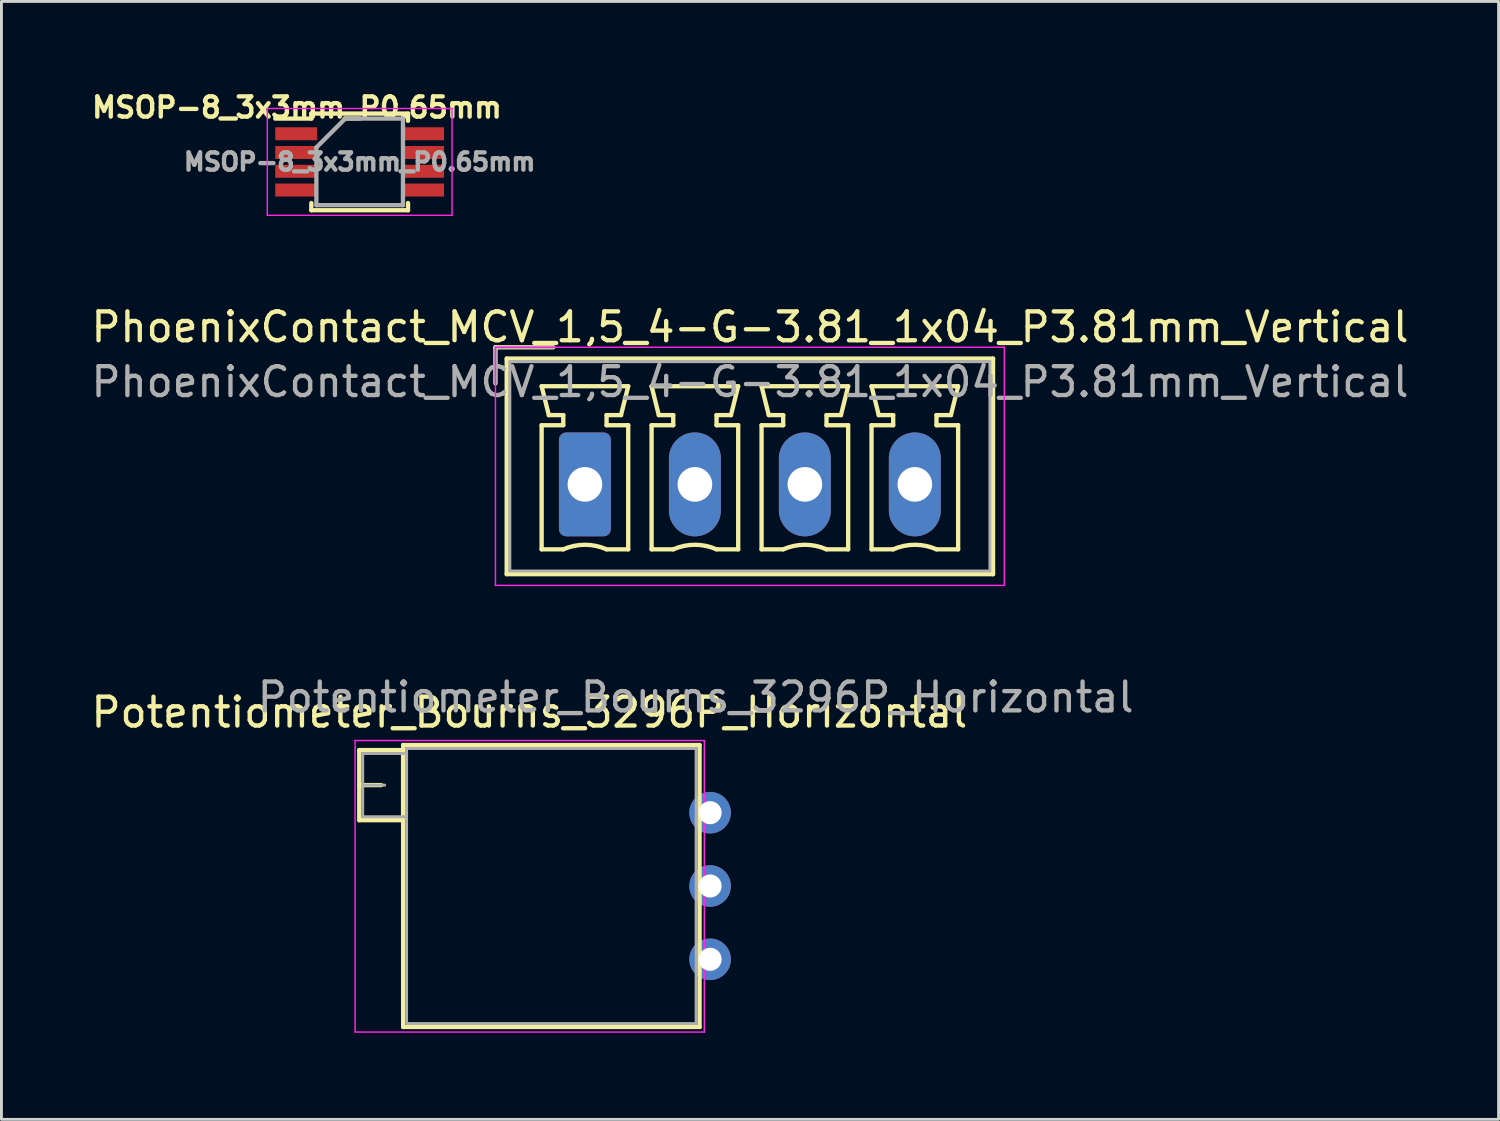
<source format=kicad_pcb>
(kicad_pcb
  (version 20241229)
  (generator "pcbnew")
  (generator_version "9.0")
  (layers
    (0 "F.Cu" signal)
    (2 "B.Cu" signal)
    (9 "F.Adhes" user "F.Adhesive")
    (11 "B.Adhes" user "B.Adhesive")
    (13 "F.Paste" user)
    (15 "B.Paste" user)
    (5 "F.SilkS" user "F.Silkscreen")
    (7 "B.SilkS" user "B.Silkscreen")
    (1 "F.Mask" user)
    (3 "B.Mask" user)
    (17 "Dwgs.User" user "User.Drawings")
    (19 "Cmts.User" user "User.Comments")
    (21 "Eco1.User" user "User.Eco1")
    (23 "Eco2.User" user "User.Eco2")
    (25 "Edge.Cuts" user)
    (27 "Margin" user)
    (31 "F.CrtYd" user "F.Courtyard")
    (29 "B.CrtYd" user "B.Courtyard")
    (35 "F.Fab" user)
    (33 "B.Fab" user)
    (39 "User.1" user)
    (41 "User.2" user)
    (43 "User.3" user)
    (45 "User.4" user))
  (footprint "PhoenixContact_MCV_1,5_4-G-3.81_1x04_P3.81mm_Vertical"
    (layer "F.Cu")
    (at 17.215 13.732)
    (property "Reference" "PhoenixContact_MCV_1,5_4-G-3.81_1x04_P3.81mm_Vertical" (at 5.72 -5.45 0) (layer "F.SilkS") (effects (font (size 1 1) (thickness 0.15))))
    (attr through_hole)
    (fp_line (start -3.1 -4.75) (end -1.1 -4.75) (stroke (width 0.15) (type solid)) (layer "F.SilkS"))
    (fp_line (start -3.1 -3.5) (end -3.1 -4.75) (stroke (width 0.15) (type solid)) (layer "F.SilkS"))
    (fp_line (start -2.71 -4.36) (end -2.71 3.11) (stroke (width 0.15) (type solid)) (layer "F.SilkS"))
    (fp_line (start -2.71 3.11) (end 14.14 3.11) (stroke (width 0.15) (type solid)) (layer "F.SilkS"))
    (fp_line (start -1.5 -3.4) (end 1.5 -3.4) (stroke (width 0.15) (type solid)) (layer "F.SilkS"))
    (fp_line (start -1.5 -2.05) (end -0.75 -2.05) (stroke (width 0.15) (type solid)) (layer "F.SilkS"))
    (fp_line (start -1.5 2.25) (end -1.5 -2.05) (stroke (width 0.15) (type solid)) (layer "F.SilkS"))
    (fp_line (start -1.25 -2.4) (end -1.5 -3.4) (stroke (width 0.15) (type solid)) (layer "F.SilkS"))
    (fp_line (start -0.75 -2.4) (end -1.25 -2.4) (stroke (width 0.15) (type solid)) (layer "F.SilkS"))
    (fp_line (start -0.75 -2.05) (end -0.75 -2.4) (stroke (width 0.15) (type solid)) (layer "F.SilkS"))
    (fp_line (start -0.75 2.25) (end -1.5 2.25) (stroke (width 0.15) (type solid)) (layer "F.SilkS"))
    (fp_line (start 0.75 -2.4) (end 0.75 -2.05) (stroke (width 0.15) (type solid)) (layer "F.SilkS"))
    (fp_line (start 0.75 -2.05) (end 1.5 -2.05) (stroke (width 0.15) (type solid)) (layer "F.SilkS"))
    (fp_line (start 1.25 -2.4) (end 0.75 -2.4) (stroke (width 0.15) (type solid)) (layer "F.SilkS"))
    (fp_line (start 1.5 -3.4) (end 1.25 -2.4) (stroke (width 0.15) (type solid)) (layer "F.SilkS"))
    (fp_line (start 1.5 -2.05) (end 1.5 2.25) (stroke (width 0.15) (type solid)) (layer "F.SilkS"))
    (fp_line (start 1.5 2.25) (end 0.75 2.25) (stroke (width 0.15) (type solid)) (layer "F.SilkS"))
    (fp_line (start 2.31 -3.4) (end 5.31 -3.4) (stroke (width 0.15) (type solid)) (layer "F.SilkS"))
    (fp_line (start 2.31 -2.05) (end 3.06 -2.05) (stroke (width 0.15) (type solid)) (layer "F.SilkS"))
    (fp_line (start 2.31 2.25) (end 2.31 -2.05) (stroke (width 0.15) (type solid)) (layer "F.SilkS"))
    (fp_line (start 2.56 -2.4) (end 2.31 -3.4) (stroke (width 0.15) (type solid)) (layer "F.SilkS"))
    (fp_line (start 3.06 -2.4) (end 2.56 -2.4) (stroke (width 0.15) (type solid)) (layer "F.SilkS"))
    (fp_line (start 3.06 -2.05) (end 3.06 -2.4) (stroke (width 0.15) (type solid)) (layer "F.SilkS"))
    (fp_line (start 3.06 2.25) (end 2.31 2.25) (stroke (width 0.15) (type solid)) (layer "F.SilkS"))
    (fp_line (start 4.56 -2.4) (end 4.56 -2.05) (stroke (width 0.15) (type solid)) (layer "F.SilkS"))
    (fp_line (start 4.56 -2.05) (end 5.31 -2.05) (stroke (width 0.15) (type solid)) (layer "F.SilkS"))
    (fp_line (start 5.06 -2.4) (end 4.56 -2.4) (stroke (width 0.15) (type solid)) (layer "F.SilkS"))
    (fp_line (start 5.31 -3.4) (end 5.06 -2.4) (stroke (width 0.15) (type solid)) (layer "F.SilkS"))
    (fp_line (start 5.31 -2.05) (end 5.31 2.25) (stroke (width 0.15) (type solid)) (layer "F.SilkS"))
    (fp_line (start 5.31 2.25) (end 4.56 2.25) (stroke (width 0.15) (type solid)) (layer "F.SilkS"))
    (fp_line (start 6.12 -3.4) (end 9.12 -3.4) (stroke (width 0.15) (type solid)) (layer "F.SilkS"))
    (fp_line (start 6.12 -2.05) (end 6.87 -2.05) (stroke (width 0.15) (type solid)) (layer "F.SilkS"))
    (fp_line (start 6.12 2.25) (end 6.12 -2.05) (stroke (width 0.15) (type solid)) (layer "F.SilkS"))
    (fp_line (start 6.37 -2.4) (end 6.12 -3.4) (stroke (width 0.15) (type solid)) (layer "F.SilkS"))
    (fp_line (start 6.87 -2.4) (end 6.37 -2.4) (stroke (width 0.15) (type solid)) (layer "F.SilkS"))
    (fp_line (start 6.87 -2.05) (end 6.87 -2.4) (stroke (width 0.15) (type solid)) (layer "F.SilkS"))
    (fp_line (start 6.87 2.25) (end 6.12 2.25) (stroke (width 0.15) (type solid)) (layer "F.SilkS"))
    (fp_line (start 8.37 -2.4) (end 8.37 -2.05) (stroke (width 0.15) (type solid)) (layer "F.SilkS"))
    (fp_line (start 8.37 -2.05) (end 9.12 -2.05) (stroke (width 0.15) (type solid)) (layer "F.SilkS"))
    (fp_line (start 8.87 -2.4) (end 8.37 -2.4) (stroke (width 0.15) (type solid)) (layer "F.SilkS"))
    (fp_line (start 9.12 -3.4) (end 8.87 -2.4) (stroke (width 0.15) (type solid)) (layer "F.SilkS"))
    (fp_line (start 9.12 -2.05) (end 9.12 2.25) (stroke (width 0.15) (type solid)) (layer "F.SilkS"))
    (fp_line (start 9.12 2.25) (end 8.37 2.25) (stroke (width 0.15) (type solid)) (layer "F.SilkS"))
    (fp_line (start 9.93 -3.4) (end 12.93 -3.4) (stroke (width 0.15) (type solid)) (layer "F.SilkS"))
    (fp_line (start 9.93 -2.05) (end 10.68 -2.05) (stroke (width 0.15) (type solid)) (layer "F.SilkS"))
    (fp_line (start 9.93 2.25) (end 9.93 -2.05) (stroke (width 0.15) (type solid)) (layer "F.SilkS"))
    (fp_line (start 10.18 -2.4) (end 9.93 -3.4) (stroke (width 0.15) (type solid)) (layer "F.SilkS"))
    (fp_line (start 10.68 -2.4) (end 10.18 -2.4) (stroke (width 0.15) (type solid)) (layer "F.SilkS"))
    (fp_line (start 10.68 -2.05) (end 10.68 -2.4) (stroke (width 0.15) (type solid)) (layer "F.SilkS"))
    (fp_line (start 10.68 2.25) (end 9.93 2.25) (stroke (width 0.15) (type solid)) (layer "F.SilkS"))
    (fp_line (start 12.18 -2.4) (end 12.18 -2.05) (stroke (width 0.15) (type solid)) (layer "F.SilkS"))
    (fp_line (start 12.18 -2.05) (end 12.93 -2.05) (stroke (width 0.15) (type solid)) (layer "F.SilkS"))
    (fp_line (start 12.68 -2.4) (end 12.18 -2.4) (stroke (width 0.15) (type solid)) (layer "F.SilkS"))
    (fp_line (start 12.93 -3.4) (end 12.68 -2.4) (stroke (width 0.15) (type solid)) (layer "F.SilkS"))
    (fp_line (start 12.93 -2.05) (end 12.93 2.25) (stroke (width 0.15) (type solid)) (layer "F.SilkS"))
    (fp_line (start 12.93 2.25) (end 12.18 2.25) (stroke (width 0.15) (type solid)) (layer "F.SilkS"))
    (fp_line (start 14.14 -4.36) (end -2.71 -4.36) (stroke (width 0.15) (type solid)) (layer "F.SilkS"))
    (fp_line (start 14.14 3.11) (end 14.14 -4.36) (stroke (width 0.15) (type solid)) (layer "F.SilkS"))
    (fp_arc (start -0.75 2.25) (mid -0.000193 2.09191) (end 0.749647 2.249844) (stroke (width 0.15) (type solid)) (layer "F.SilkS"))
    (fp_arc (start 3.06 2.25) (mid 3.809807 2.09191) (end 4.559647 2.249844) (stroke (width 0.15) (type solid)) (layer "F.SilkS"))
    (fp_arc (start 6.87 2.25) (mid 7.619807 2.09191) (end 8.369647 2.249844) (stroke (width 0.15) (type solid)) (layer "F.SilkS"))
    (fp_arc (start 10.68 2.25) (mid 11.429807 2.09191) (end 12.179647 2.249844) (stroke (width 0.15) (type solid)) (layer "F.SilkS"))
    (fp_line (start -3.1 -4.75) (end -3.1 3.5) (stroke (width 0.05) (type solid)) (layer "F.CrtYd"))
    (fp_line (start -3.1 3.5) (end 14.53 3.5) (stroke (width 0.05) (type solid)) (layer "F.CrtYd"))
    (fp_line (start 14.53 -4.75) (end -3.1 -4.75) (stroke (width 0.05) (type solid)) (layer "F.CrtYd"))
    (fp_line (start 14.53 3.5) (end 14.53 -4.75) (stroke (width 0.05) (type solid)) (layer "F.CrtYd"))
    (fp_line (start -3.1 -4.75) (end -1.1 -4.75) (stroke (width 0.1) (type solid)) (layer "F.Fab"))
    (fp_line (start -3.1 -3.5) (end -3.1 -4.75) (stroke (width 0.1) (type solid)) (layer "F.Fab"))
    (fp_line (start -2.6 -4.25) (end -2.6 3) (stroke (width 0.1) (type solid)) (layer "F.Fab"))
    (fp_line (start -2.6 3) (end 14.03 3) (stroke (width 0.1) (type solid)) (layer "F.Fab"))
    (fp_line (start 14.03 -4.25) (end -2.6 -4.25) (stroke (width 0.1) (type solid)) (layer "F.Fab"))
    (fp_line (start 14.03 3) (end 14.03 -4.25) (stroke (width 0.1) (type solid)) (layer "F.Fab"))
    (fp_text user "${REFERENCE}" (at 5.72 -3.55 0) (layer "F.Fab") (effects (font (size 1 1) (thickness 0.15))))
    (pad "1" thru_hole roundrect (at 0 0) (size 1.8 3.6) (drill 1.2) (layers "*.Cu" "*.Mask") (roundrect_rratio 0.139))
    (pad "2" thru_hole oval (at 3.81 0) (size 1.8 3.6) (drill 1.2) (layers "*.Cu" "*.Mask"))
    (pad "3" thru_hole oval (at 7.62 0) (size 1.8 3.6) (drill 1.2) (layers "*.Cu" "*.Mask"))
    (pad "4" thru_hole oval (at 11.43 0) (size 1.8 3.6) (drill 1.2) (layers "*.Cu" "*.Mask")))
  (footprint "Potentiometer_Bourns_3296P_Horizontal"
    (layer "F.Cu")
    (at 16.052 25.106)
    (property "Reference" "Potentiometer_Bourns_3296P_Horizontal" (at -0.76 -3.475 0) (layer "F.SilkS") (effects (font (size 1 1) (thickness 0.15))))
    (attr through_hole)
    (fp_line (start -6.655 -2.169) (end -6.655 0.26) (stroke (width 0.15) (type solid)) (layer "F.SilkS"))
    (fp_line (start -6.655 -2.169) (end -5.136 -2.169) (stroke (width 0.15) (type solid)) (layer "F.SilkS"))
    (fp_line (start -6.655 -0.955) (end -5.896 -0.955) (stroke (width 0.15) (type solid)) (layer "F.SilkS"))
    (fp_line (start -6.655 0.26) (end -5.136 0.26) (stroke (width 0.15) (type solid)) (layer "F.SilkS"))
    (fp_line (start -5.136 -2.169) (end -5.136 0.26) (stroke (width 0.15) (type solid)) (layer "F.SilkS"))
    (fp_line (start -5.135 -2.345) (end -5.135 7.425) (stroke (width 0.15) (type solid)) (layer "F.SilkS"))
    (fp_line (start -5.135 -2.345) (end 5.135 -2.345) (stroke (width 0.15) (type solid)) (layer "F.SilkS"))
    (fp_line (start -5.135 7.425) (end 5.135 7.425) (stroke (width 0.15) (type solid)) (layer "F.SilkS"))
    (fp_line (start 5.135 -2.345) (end 5.135 7.425) (stroke (width 0.15) (type solid)) (layer "F.SilkS"))
    (fp_line (start -6.8 -2.5) (end -6.8 7.6) (stroke (width 0.05) (type solid)) (layer "F.CrtYd"))
    (fp_line (start -6.8 7.6) (end 5.3 7.6) (stroke (width 0.05) (type solid)) (layer "F.CrtYd"))
    (fp_line (start 5.3 -2.5) (end -6.8 -2.5) (stroke (width 0.05) (type solid)) (layer "F.CrtYd"))
    (fp_line (start 5.3 7.6) (end 5.3 -2.5) (stroke (width 0.05) (type solid)) (layer "F.CrtYd"))
    (fp_line (start -6.535 -2.05) (end -6.535 0.14) (stroke (width 0.1) (type solid)) (layer "F.Fab"))
    (fp_line (start -6.535 -0.955) (end -5.775 -0.955) (stroke (width 0.1) (type solid)) (layer "F.Fab"))
    (fp_line (start -6.535 0.14) (end -5.015 0.14) (stroke (width 0.1) (type solid)) (layer "F.Fab"))
    (fp_line (start -5.015 -2.225) (end -5.015 7.305) (stroke (width 0.1) (type solid)) (layer "F.Fab"))
    (fp_line (start -5.015 -2.05) (end -6.535 -2.05) (stroke (width 0.1) (type solid)) (layer "F.Fab"))
    (fp_line (start -5.015 0.14) (end -5.015 -2.05) (stroke (width 0.1) (type solid)) (layer "F.Fab"))
    (fp_line (start -5.015 7.305) (end 5.015 7.305) (stroke (width 0.1) (type solid)) (layer "F.Fab"))
    (fp_line (start 5.015 -2.225) (end -5.015 -2.225) (stroke (width 0.1) (type solid)) (layer "F.Fab"))
    (fp_line (start 5.015 7.305) (end 5.015 -2.225) (stroke (width 0.1) (type solid)) (layer "F.Fab"))
    (fp_text user "${REFERENCE}" (at 5 -4 0) (layer "F.Fab") (effects (font (size 1 1) (thickness 0.15))))
    (pad "1" thru_hole circle (at 5.5 0) (size 1.44 1.44) (drill 0.8) (layers "*.Cu" "*.Mask"))
    (pad "2" thru_hole circle (at 5.5 2.54) (size 1.44 1.44) (drill 0.8) (layers "*.Cu" "*.Mask"))
    (pad "3" thru_hole circle (at 5.5 5.08) (size 1.44 1.44) (drill 0.8) (layers "*.Cu" "*.Mask")))
  (footprint "MSOP-8_3x3mm_P0.65mm"
    (layer "F.Cu")
    (at 9.411 2.559)
    (property "Reference" "MSOP-8_3x3mm_P0.65mm" (at -2.173 -1.886 180) (layer "F.SilkS") (effects (font (size 0.7 0.7) (thickness 0.15))))
    (attr smd)
    (fp_line (start -1.675 -1.675) (end -1.675 -1.5) (stroke (width 0.15) (type solid)) (layer "F.SilkS"))
    (fp_line (start -1.675 -1.675) (end 1.675 -1.675) (stroke (width 0.15) (type solid)) (layer "F.SilkS"))
    (fp_line (start -1.675 -1.5) (end -2.925 -1.5) (stroke (width 0.15) (type solid)) (layer "F.SilkS"))
    (fp_line (start -1.675 1.675) (end -1.675 1.425) (stroke (width 0.15) (type solid)) (layer "F.SilkS"))
    (fp_line (start -1.675 1.675) (end 1.675 1.675) (stroke (width 0.15) (type solid)) (layer "F.SilkS"))
    (fp_line (start 1.675 -1.675) (end 1.675 -1.425) (stroke (width 0.15) (type solid)) (layer "F.SilkS"))
    (fp_line (start 1.675 1.675) (end 1.675 1.425) (stroke (width 0.15) (type solid)) (layer "F.SilkS"))
    (fp_line (start -3.2 -1.85) (end -3.2 1.85) (stroke (width 0.05) (type solid)) (layer "F.CrtYd"))
    (fp_line (start -3.2 -1.85) (end 3.2 -1.85) (stroke (width 0.05) (type solid)) (layer "F.CrtYd"))
    (fp_line (start -3.2 1.85) (end 3.2 1.85) (stroke (width 0.05) (type solid)) (layer "F.CrtYd"))
    (fp_line (start 3.2 -1.85) (end 3.2 1.85) (stroke (width 0.05) (type solid)) (layer "F.CrtYd"))
    (fp_line (start -1.5 -0.5) (end -0.5 -1.5) (stroke (width 0.15) (type solid)) (layer "F.Fab"))
    (fp_line (start -1.5 1.5) (end -1.5 -0.5) (stroke (width 0.15) (type solid)) (layer "F.Fab"))
    (fp_line (start -0.5 -1.5) (end 1.5 -1.5) (stroke (width 0.15) (type solid)) (layer "F.Fab"))
    (fp_line (start 1.5 -1.5) (end 1.5 1.5) (stroke (width 0.15) (type solid)) (layer "F.Fab"))
    (fp_line (start 1.5 1.5) (end -1.5 1.5) (stroke (width 0.15) (type solid)) (layer "F.Fab"))
    (fp_text user "${REFERENCE}" (at 0 0 180) (layer "F.Fab") (effects (font (size 0.6 0.6) (thickness 0.15))))
    (pad "1" smd rect (at -2.2 -0.975) (size 1.45 0.45) (layers "F.Cu" "F.Mask" "F.Paste"))
    (pad "2" smd rect (at -2.2 -0.325) (size 1.45 0.45) (layers "F.Cu" "F.Mask" "F.Paste"))
    (pad "3" smd rect (at -2.2 0.325) (size 1.45 0.45) (layers "F.Cu" "F.Mask" "F.Paste"))
    (pad "4" smd rect (at -2.2 0.975) (size 1.45 0.45) (layers "F.Cu" "F.Mask" "F.Paste"))
    (pad "5" smd rect (at 2.2 0.975) (size 1.45 0.45) (layers "F.Cu" "F.Mask" "F.Paste"))
    (pad "6" smd rect (at 2.2 0.325) (size 1.45 0.45) (layers "F.Cu" "F.Mask" "F.Paste"))
    (pad "7" smd rect (at 2.2 -0.325) (size 1.45 0.45) (layers "F.Cu" "F.Mask" "F.Paste"))
    (pad "8" smd rect (at 2.2 -0.975) (size 1.45 0.45) (layers "F.Cu" "F.Mask" "F.Paste")))
  (gr_rect
    (start -3 -3)
    (end 48.869 35.731)
    (stroke (width 0.1) (type default))
    (fill no)
    (layer "Edge.Cuts")))
</source>
